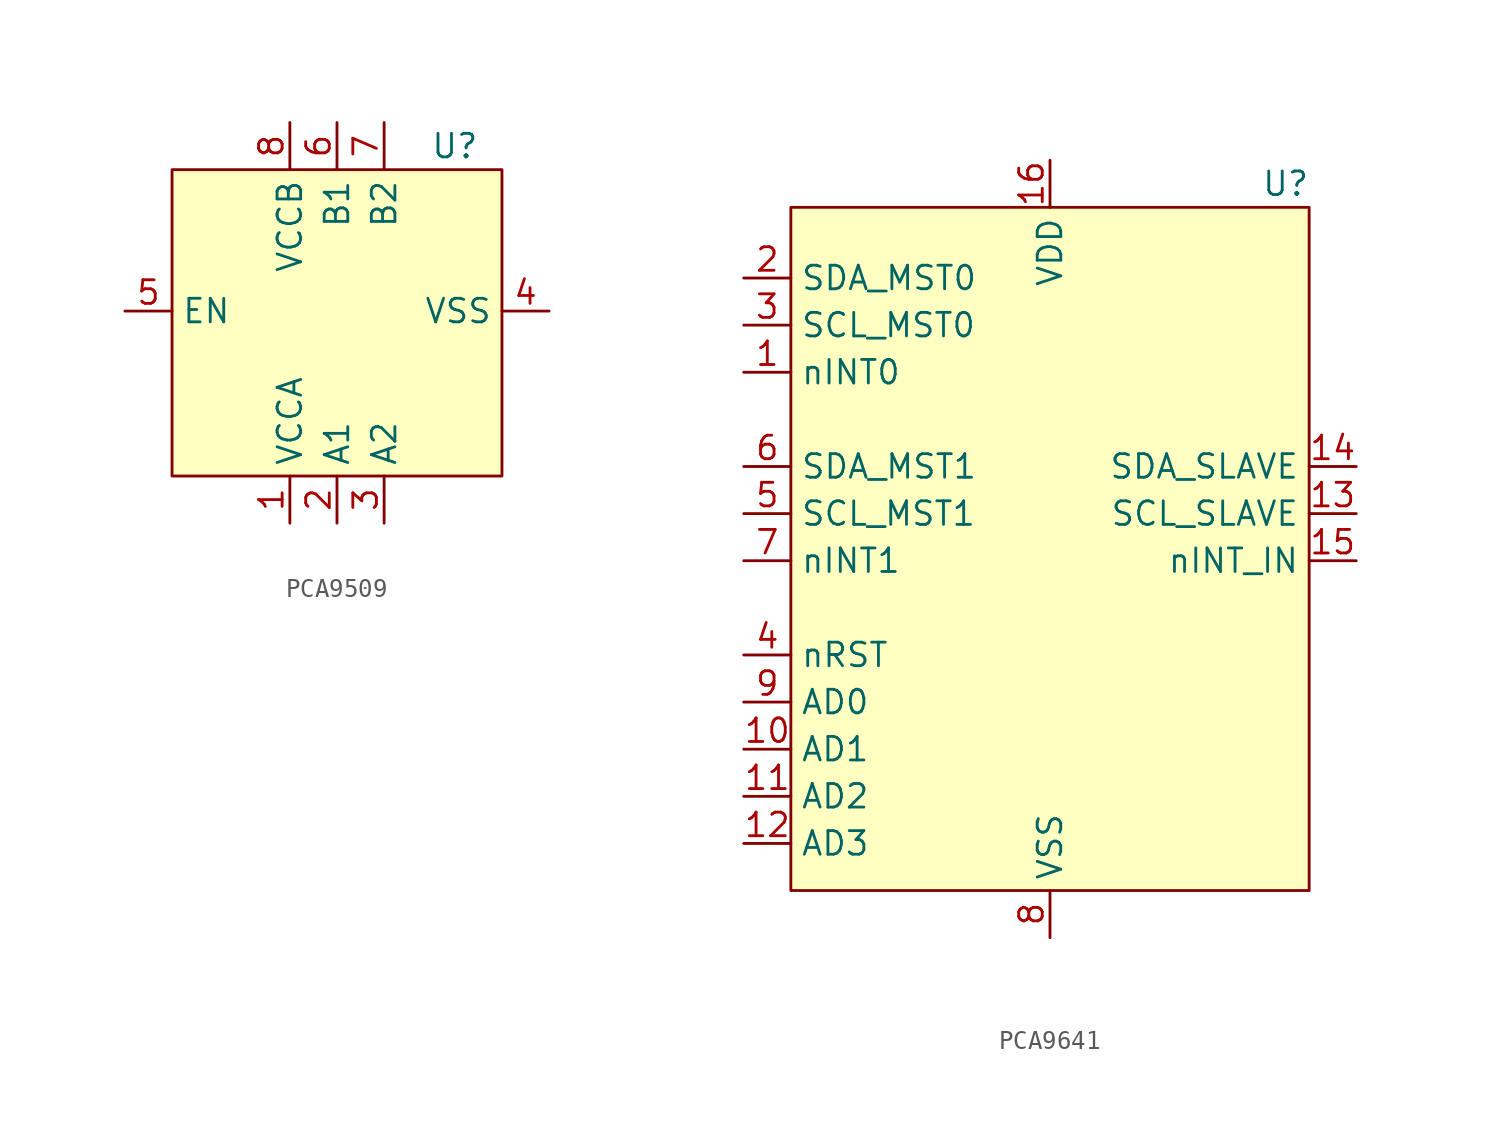
<source format=kicad_sym>
(kicad_symbol_lib
  (version 20220914)
  (generator kicad_symbol_editor)
  (symbol "PCA9509"
    (property "Reference" "U"
      (at 1.27 17.78 0)
      (effects (font (size 1.27 1.27))))
    (property "Value" ""
      (at 0 0 0)
      (effects (font (size 1.27 1.27))))
    (symbol "PCA9509_1_1"
      (rectangle (start -13.97 16.51) (end 3.81 0) (stroke (width 0) (type default)) (fill (type background)))
      (pin power_in line (at -7.62 -2.54 90) (length 2.54) (name "VCCA" (effects (font (size 1.27 1.27)))) (number "1" (effects (font (size 1.27 1.27)))))
      (pin bidirectional line (at -5.08 -2.54 90) (length 2.54) (name "A1" (effects (font (size 1.27 1.27)))) (number "2" (effects (font (size 1.27 1.27)))))
      (pin bidirectional line (at -2.54 -2.54 90) (length 2.54) (name "A2" (effects (font (size 1.27 1.27)))) (number "3" (effects (font (size 1.27 1.27)))))
      (pin passive line (at 6.35 8.89 180) (length 2.54) (name "VSS" (effects (font (size 1.27 1.27)))) (number "4" (effects (font (size 1.27 1.27)))))
      (pin bidirectional line (at -16.51 8.89 0) (length 2.54) (name "EN" (effects (font (size 1.27 1.27)))) (number "5" (effects (font (size 1.27 1.27)))))
      (pin bidirectional line (at -5.08 19.05 270) (length 2.54) (name "B1" (effects (font (size 1.27 1.27)))) (number "6" (effects (font (size 1.27 1.27)))))
      (pin bidirectional line (at -2.54 19.05 270) (length 2.54) (name "B2" (effects (font (size 1.27 1.27)))) (number "7" (effects (font (size 1.27 1.27)))))
      (pin power_in line (at -7.62 19.05 270) (length 2.54) (name "VCCB" (effects (font (size 1.27 1.27)))) (number "8" (effects (font (size 1.27 1.27)))))))
  (symbol "PCA9641"
    (property "Reference" "U"
      (at 12.7 20.32 0)
      (effects (font (size 1.27 1.27))))
    (property "Value" ""
      (at -11.43 17.78 0)
      (effects (font (size 1.27 1.27))))
    (symbol "PCA9641_1_1"
      (rectangle (start -13.97 19.05) (end 13.97 -17.78) (stroke (width 0) (type default)) (fill (type background)))
      (pin output line (at -16.51 10.16 0) (length 2.54) (name "nINT0" (effects (font (size 1.27 1.27)))) (number "1" (effects (font (size 1.27 1.27)))))
      (pin input line (at -16.51 -10.16 0) (length 2.54) (name "AD1" (effects (font (size 1.27 1.27)))) (number "10" (effects (font (size 1.27 1.27)))))
      (pin input line (at -16.51 -12.7 0) (length 2.54) (name "AD2" (effects (font (size 1.27 1.27)))) (number "11" (effects (font (size 1.27 1.27)))))
      (pin input line (at -16.51 -15.24 0) (length 2.54) (name "AD3" (effects (font (size 1.27 1.27)))) (number "12" (effects (font (size 1.27 1.27)))))
      (pin bidirectional line (at 16.51 2.54 180) (length 2.54) (name "SCL_SLAVE" (effects (font (size 1.27 1.27)))) (number "13" (effects (font (size 1.27 1.27)))))
      (pin bidirectional line (at 16.51 5.08 180) (length 2.54) (name "SDA_SLAVE" (effects (font (size 1.27 1.27)))) (number "14" (effects (font (size 1.27 1.27)))))
      (pin input line (at 16.51 0 180) (length 2.54) (name "nINT_IN" (effects (font (size 1.27 1.27)))) (number "15" (effects (font (size 1.27 1.27)))))
      (pin power_in line (at 0 21.59 270) (length 2.54) (name "VDD" (effects (font (size 1.27 1.27)))) (number "16" (effects (font (size 1.27 1.27)))))
      (pin bidirectional line (at -16.51 15.24 0) (length 2.54) (name "SDA_MST0" (effects (font (size 1.27 1.27)))) (number "2" (effects (font (size 1.27 1.27)))))
      (pin bidirectional line (at -16.51 12.7 0) (length 2.54) (name "SCL_MST0" (effects (font (size 1.27 1.27)))) (number "3" (effects (font (size 1.27 1.27)))))
      (pin input line (at -16.51 -5.08 0) (length 2.54) (name "nRST" (effects (font (size 1.27 1.27)))) (number "4" (effects (font (size 1.27 1.27)))))
      (pin bidirectional line (at -16.51 2.54 0) (length 2.54) (name "SCL_MST1" (effects (font (size 1.27 1.27)))) (number "5" (effects (font (size 1.27 1.27)))))
      (pin bidirectional line (at -16.51 5.08 0) (length 2.54) (name "SDA_MST1" (effects (font (size 1.27 1.27)))) (number "6" (effects (font (size 1.27 1.27)))))
      (pin output line (at -16.51 0 0) (length 2.54) (name "nINT1" (effects (font (size 1.27 1.27)))) (number "7" (effects (font (size 1.27 1.27)))))
      (pin passive line (at 0 -20.32 90) (length 2.54) (name "VSS" (effects (font (size 1.27 1.27)))) (number "8" (effects (font (size 1.27 1.27)))))
      (pin input line (at -16.51 -7.62 0) (length 2.54) (name "AD0" (effects (font (size 1.27 1.27)))) (number "9" (effects (font (size 1.27 1.27))))))))
</source>
